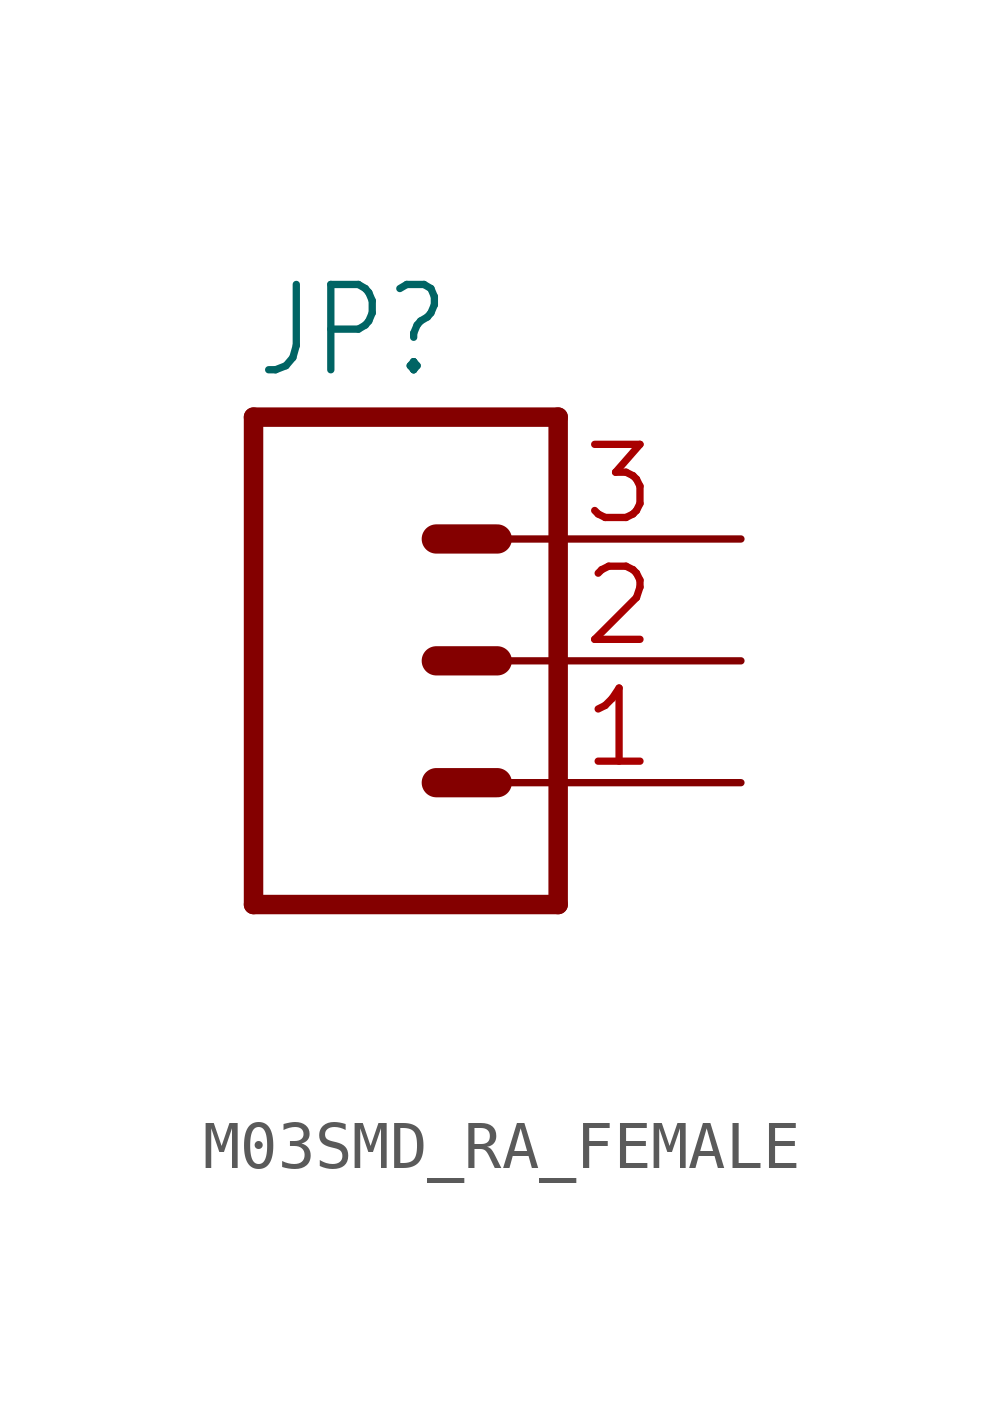
<source format=kicad_sym>
(kicad_symbol_lib
  (version 20241209)
  (generator "kicad_symbol_editor")
  (generator_version "9.0")
  (symbol "M03SMD_RA_FEMALE"
    (property "Reference" "JP"
      (at -2.54 5.842 0)
      (effects (font (size 1.778 1.511)) (justify left bottom)))
    (property "Value" ""
      (at -2.54 -7.62 0)
      (effects (font (size 1.778 1.511)) (justify left bottom)))
    (property "ki_locked" ""
      (at 0 0 0)
      (effects (font (size 1.27 1.27))))
    (symbol "M03SMD_RA_FEMALE_1_0"
      (polyline (pts (xy -2.54 5.08) (xy -2.54 -5.08)) (stroke (width 0.406) (type solid)) (fill (type none)))
      (polyline (pts (xy -2.54 5.08) (xy 3.81 5.08)) (stroke (width 0.406) (type solid)) (fill (type none)))
      (polyline (pts (xy 1.27 2.54) (xy 2.54 2.54)) (stroke (width 0.61) (type solid)) (fill (type none)))
      (polyline (pts (xy 1.27 0) (xy 2.54 0)) (stroke (width 0.61) (type solid)) (fill (type none)))
      (polyline (pts (xy 1.27 -2.54) (xy 2.54 -2.54)) (stroke (width 0.61) (type solid)) (fill (type none)))
      (polyline (pts (xy 3.81 -5.08) (xy -2.54 -5.08)) (stroke (width 0.406) (type solid)) (fill (type none)))
      (polyline (pts (xy 3.81 -5.08) (xy 3.81 5.08)) (stroke (width 0.406) (type solid)) (fill (type none)))
      (pin passive line (at 7.62 2.54 180) (length 5.08) (name "3" (effects (font (size 0 0)))) (number "3" (effects (font (size 1.524 1.524)))))
      (pin passive line (at 7.62 0 180) (length 5.08) (name "2" (effects (font (size 0 0)))) (number "2" (effects (font (size 1.524 1.524)))))
      (pin passive line (at 7.62 -2.54 180) (length 5.08) (name "1" (effects (font (size 0 0)))) (number "1" (effects (font (size 1.524 1.524))))))))
</source>
